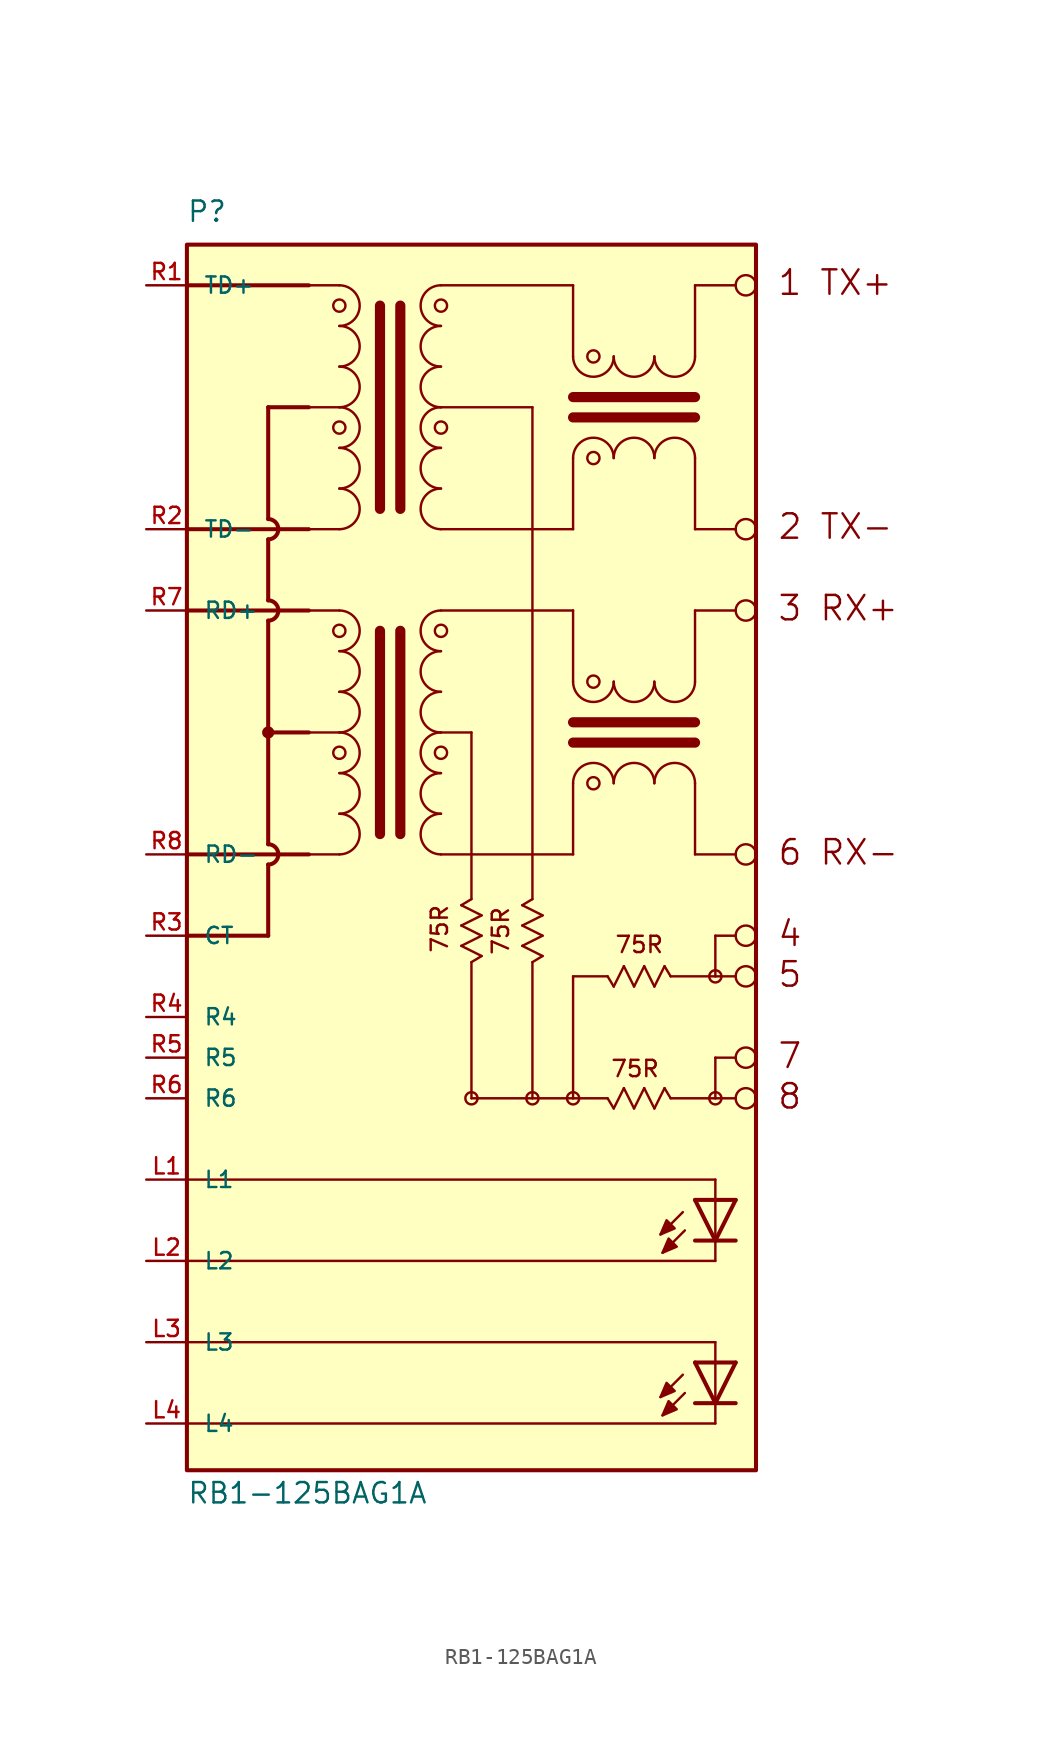
<source format=kicad_sym>
(kicad_symbol_lib
  (version 20231120)
  (generator "kicad_symbol_editor")
  (generator_version "8.0")
  (symbol "RB1-125BAG1A"
    (pin_names
      (offset 1.016))
    (property "Reference" "P"
      (at -17.805 39.426 0)
      (effects (font (size 1.27 1.27)) (justify left bottom)))
    (property "Value" "RB1-125BAG1A"
      (at -17.785 -40.652 0)
      (effects (font (size 1.27 1.27)) (justify left bottom)))
    (symbol "RB1-125BAG1A_0_0"
      (rectangle (start -17.78 38.1) (end 17.78 -38.481) (stroke (width 0.254) (type default)) (fill (type background)))
      (arc (start -12.7 -0.635) (mid -12.251 -0.449) (end -12.065 0) (stroke (width 0.254) (type default)) (fill (type none)))
      (circle (center -12.7 7.62) (radius 0.254) (stroke (width 0.254) (type default)) (fill (type none)))
      (arc (start -12.7 14.605) (mid -12.251 14.791) (end -12.065 15.24) (stroke (width 0.254) (type default)) (fill (type none)))
      (arc (start -12.7 19.685) (mid -12.251 19.871) (end -12.065 20.32) (stroke (width 0.254) (type default)) (fill (type none)))
      (arc (start -12.065 0) (mid -12.251 0.449) (end -12.7 0.635) (stroke (width 0.254) (type default)) (fill (type none)))
      (arc (start -12.065 15.24) (mid -12.251 15.689) (end -12.7 15.875) (stroke (width 0.254) (type default)) (fill (type none)))
      (arc (start -12.065 20.32) (mid -12.251 20.769) (end -12.7 20.955) (stroke (width 0.254) (type default)) (fill (type none)))
      (arc (start -8.255 0) (mid -6.9905 1.27) (end -8.255 2.54) (stroke (width 0.1524) (type default)) (fill (type none)))
      (arc (start -8.255 2.54) (mid -6.9905 3.81) (end -8.255 5.08) (stroke (width 0.1524) (type default)) (fill (type none)))
      (arc (start -8.255 5.08) (mid -6.9905 6.35) (end -8.255 7.62) (stroke (width 0.1524) (type default)) (fill (type none)))
      (circle (center -8.255 6.35) (radius 0.381) (stroke (width 0) (type default)) (fill (type none)))
      (arc (start -8.255 7.62) (mid -6.9905 8.89) (end -8.255 10.16) (stroke (width 0.1524) (type default)) (fill (type none)))
      (arc (start -8.255 10.16) (mid -6.9905 11.43) (end -8.255 12.7) (stroke (width 0.1524) (type default)) (fill (type none)))
      (arc (start -8.255 12.7) (mid -6.9905 13.97) (end -8.255 15.24) (stroke (width 0.1524) (type default)) (fill (type none)))
      (circle (center -8.255 13.97) (radius 0.381) (stroke (width 0) (type default)) (fill (type none)))
      (arc (start -8.255 20.32) (mid -6.9905 21.59) (end -8.255 22.86) (stroke (width 0.1524) (type default)) (fill (type none)))
      (arc (start -8.255 22.86) (mid -6.9905 24.13) (end -8.255 25.4) (stroke (width 0.1524) (type default)) (fill (type none)))
      (arc (start -8.255 25.4) (mid -6.9905 26.67) (end -8.255 27.94) (stroke (width 0.1524) (type default)) (fill (type none)))
      (circle (center -8.255 26.67) (radius 0.381) (stroke (width 0) (type default)) (fill (type none)))
      (arc (start -8.255 27.94) (mid -6.9905 29.21) (end -8.255 30.48) (stroke (width 0.1524) (type default)) (fill (type none)))
      (arc (start -8.255 30.48) (mid -6.9905 31.75) (end -8.255 33.02) (stroke (width 0.1524) (type default)) (fill (type none)))
      (arc (start -8.255 33.02) (mid -6.9905 34.29) (end -8.255 35.56) (stroke (width 0.1524) (type default)) (fill (type none)))
      (circle (center -8.255 34.29) (radius 0.381) (stroke (width 0) (type default)) (fill (type none)))
      (arc (start -1.905 2.54) (mid -3.1694 1.27) (end -1.905 0) (stroke (width 0.1524) (type default)) (fill (type none)))
      (arc (start -1.905 5.08) (mid -3.1694 3.81) (end -1.905 2.54) (stroke (width 0.1524) (type default)) (fill (type none)))
      (circle (center -1.905 6.35) (radius 0.381) (stroke (width 0) (type default)) (fill (type none)))
      (arc (start -1.905 7.62) (mid -3.1694 6.35) (end -1.905 5.08) (stroke (width 0.1524) (type default)) (fill (type none)))
      (arc (start -1.905 10.16) (mid -3.1694 8.89) (end -1.905 7.62) (stroke (width 0.1524) (type default)) (fill (type none)))
      (arc (start -1.905 12.7) (mid -3.1694 11.43) (end -1.905 10.16) (stroke (width 0.1524) (type default)) (fill (type none)))
      (circle (center -1.905 13.97) (radius 0.381) (stroke (width 0) (type default)) (fill (type none)))
      (arc (start -1.905 15.24) (mid -3.1694 13.97) (end -1.905 12.7) (stroke (width 0.1524) (type default)) (fill (type none)))
      (arc (start -1.905 22.86) (mid -3.1694 21.59) (end -1.905 20.32) (stroke (width 0.1524) (type default)) (fill (type none)))
      (arc (start -1.905 25.4) (mid -3.1694 24.13) (end -1.905 22.86) (stroke (width 0.1524) (type default)) (fill (type none)))
      (circle (center -1.905 26.67) (radius 0.381) (stroke (width 0) (type default)) (fill (type none)))
      (arc (start -1.905 27.94) (mid -3.1694 26.67) (end -1.905 25.4) (stroke (width 0.1524) (type default)) (fill (type none)))
      (arc (start -1.905 30.48) (mid -3.1694 29.21) (end -1.905 27.94) (stroke (width 0.1524) (type default)) (fill (type none)))
      (arc (start -1.905 33.02) (mid -3.1694 31.75) (end -1.905 30.48) (stroke (width 0.1524) (type default)) (fill (type none)))
      (circle (center -1.905 34.29) (radius 0.381) (stroke (width 0) (type default)) (fill (type none)))
      (arc (start -1.905 35.56) (mid -3.1694 34.29) (end -1.905 33.02) (stroke (width 0.1524) (type default)) (fill (type none)))
      (circle (center 0 -15.24) (radius 0.381) (stroke (width 0) (type default)) (fill (type none)))
      (polyline (pts (xy -17.78 -35.56) (xy 15.24 -35.56)) (stroke (width 0.152) (type default)) (fill (type none)))
      (polyline (pts (xy -17.78 -30.48) (xy 15.24 -30.48)) (stroke (width 0.152) (type default)) (fill (type none)))
      (polyline (pts (xy -17.78 -25.4) (xy 15.24 -25.4)) (stroke (width 0.152) (type default)) (fill (type none)))
      (polyline (pts (xy -17.78 -20.32) (xy 15.24 -20.32)) (stroke (width 0.152) (type default)) (fill (type none)))
      (polyline (pts (xy -17.78 0) (xy -12.065 0)) (stroke (width 0.254) (type default)) (fill (type none)))
      (polyline (pts (xy -17.78 15.24) (xy -12.065 15.24)) (stroke (width 0.254) (type default)) (fill (type none)))
      (polyline (pts (xy -17.78 20.32) (xy -12.065 20.32)) (stroke (width 0.254) (type default)) (fill (type none)))
      (polyline (pts (xy -17.78 35.56) (xy -10.16 35.56)) (stroke (width 0.254) (type default)) (fill (type none)))
      (polyline (pts (xy -12.7 -5.08) (xy -17.78 -5.08)) (stroke (width 0.254) (type default)) (fill (type none)))
      (polyline (pts (xy -12.7 -0.635) (xy -12.7 -5.08)) (stroke (width 0.254) (type default)) (fill (type none)))
      (polyline (pts (xy -12.7 14.605) (xy -12.7 0.635)) (stroke (width 0.254) (type default)) (fill (type none)))
      (polyline (pts (xy -12.7 19.685) (xy -12.7 15.875)) (stroke (width 0.254) (type default)) (fill (type none)))
      (polyline (pts (xy -12.7 27.94) (xy -12.7 20.955)) (stroke (width 0.254) (type default)) (fill (type none)))
      (polyline (pts (xy -12.065 0) (xy -10.16 0)) (stroke (width 0.254) (type default)) (fill (type none)))
      (polyline (pts (xy -12.065 15.24) (xy -10.16 15.24)) (stroke (width 0.254) (type default)) (fill (type none)))
      (polyline (pts (xy -12.065 20.32) (xy -10.16 20.32)) (stroke (width 0.254) (type default)) (fill (type none)))
      (polyline (pts (xy -10.16 0) (xy -8.255 0)) (stroke (width 0.152) (type default)) (fill (type none)))
      (polyline (pts (xy -10.16 7.62) (xy -12.7 7.62)) (stroke (width 0.254) (type default)) (fill (type none)))
      (polyline (pts (xy -10.16 7.62) (xy -8.255 7.62)) (stroke (width 0.152) (type default)) (fill (type none)))
      (polyline (pts (xy -10.16 15.24) (xy -8.255 15.24)) (stroke (width 0.152) (type default)) (fill (type none)))
      (polyline (pts (xy -10.16 20.32) (xy -8.255 20.32)) (stroke (width 0.152) (type default)) (fill (type none)))
      (polyline (pts (xy -10.16 27.94) (xy -12.7 27.94)) (stroke (width 0.254) (type default)) (fill (type none)))
      (polyline (pts (xy -10.16 27.94) (xy -8.255 27.94)) (stroke (width 0.152) (type default)) (fill (type none)))
      (polyline (pts (xy -10.16 35.56) (xy -8.255 35.56)) (stroke (width 0.152) (type default)) (fill (type none)))
      (polyline (pts (xy -5.715 13.97) (xy -5.715 1.27)) (stroke (width 0.635) (type default)) (fill (type none)))
      (polyline (pts (xy -5.715 34.29) (xy -5.715 21.59)) (stroke (width 0.635) (type default)) (fill (type none)))
      (polyline (pts (xy -4.445 13.97) (xy -4.445 1.27)) (stroke (width 0.635) (type default)) (fill (type none)))
      (polyline (pts (xy -4.445 34.29) (xy -4.445 21.59)) (stroke (width 0.635) (type default)) (fill (type none)))
      (polyline (pts (xy -1.905 7.62) (xy 0 7.62)) (stroke (width 0.152) (type default)) (fill (type none)))
      (polyline (pts (xy -1.905 15.24) (xy 6.35 15.24)) (stroke (width 0.152) (type default)) (fill (type none)))
      (polyline (pts (xy -1.905 27.94) (xy 3.81 27.94)) (stroke (width 0.152) (type default)) (fill (type none)))
      (polyline (pts (xy -1.905 35.56) (xy 6.35 35.56)) (stroke (width 0.152) (type default)) (fill (type none)))
      (polyline (pts (xy -0.635 -5.715) (xy 0.635 -6.35)) (stroke (width 0.152) (type default)) (fill (type none)))
      (polyline (pts (xy -0.635 -4.445) (xy 0.635 -5.08)) (stroke (width 0.152) (type default)) (fill (type none)))
      (polyline (pts (xy -0.635 -3.175) (xy 0.635 -3.81)) (stroke (width 0.152) (type default)) (fill (type none)))
      (polyline (pts (xy 0 -15.24) (xy 3.81 -15.24)) (stroke (width 0.152) (type default)) (fill (type none)))
      (polyline (pts (xy 0 -6.731) (xy 0 -15.24)) (stroke (width 0.152) (type default)) (fill (type none)))
      (polyline (pts (xy 0 -2.794) (xy -0.635 -3.175)) (stroke (width 0.152) (type default)) (fill (type none)))
      (polyline (pts (xy 0 7.62) (xy 0 -2.794)) (stroke (width 0.152) (type default)) (fill (type none)))
      (polyline (pts (xy 0.635 -6.35) (xy 0 -6.731)) (stroke (width 0.152) (type default)) (fill (type none)))
      (polyline (pts (xy 0.635 -5.08) (xy -0.635 -5.715)) (stroke (width 0.152) (type default)) (fill (type none)))
      (polyline (pts (xy 0.635 -3.81) (xy -0.635 -4.445)) (stroke (width 0.152) (type default)) (fill (type none)))
      (polyline (pts (xy 3.175 -5.715) (xy 4.445 -6.35)) (stroke (width 0.152) (type default)) (fill (type none)))
      (polyline (pts (xy 3.175 -4.445) (xy 4.445 -5.08)) (stroke (width 0.152) (type default)) (fill (type none)))
      (polyline (pts (xy 3.175 -3.175) (xy 4.445 -3.81)) (stroke (width 0.152) (type default)) (fill (type none)))
      (polyline (pts (xy 3.81 -15.24) (xy 6.35 -15.24)) (stroke (width 0.152) (type default)) (fill (type none)))
      (polyline (pts (xy 3.81 -6.731) (xy 3.81 -15.24)) (stroke (width 0.152) (type default)) (fill (type none)))
      (polyline (pts (xy 3.81 -2.794) (xy 3.175 -3.175)) (stroke (width 0.152) (type default)) (fill (type none)))
      (polyline (pts (xy 3.81 27.94) (xy 3.81 -2.794)) (stroke (width 0.152) (type default)) (fill (type none)))
      (polyline (pts (xy 4.445 -6.35) (xy 3.81 -6.731)) (stroke (width 0.152) (type default)) (fill (type none)))
      (polyline (pts (xy 4.445 -5.08) (xy 3.175 -5.715)) (stroke (width 0.152) (type default)) (fill (type none)))
      (polyline (pts (xy 4.445 -3.81) (xy 3.175 -4.445)) (stroke (width 0.152) (type default)) (fill (type none)))
      (polyline (pts (xy 6.35 -15.24) (xy 8.509 -15.24)) (stroke (width 0.152) (type default)) (fill (type none)))
      (polyline (pts (xy 6.35 -7.62) (xy 6.35 -15.24)) (stroke (width 0.152) (type default)) (fill (type none)))
      (polyline (pts (xy 6.35 0) (xy -1.905 0)) (stroke (width 0.152) (type default)) (fill (type none)))
      (polyline (pts (xy 6.35 0) (xy 6.35 4.445)) (stroke (width 0.152) (type default)) (fill (type none)))
      (polyline (pts (xy 6.35 6.985) (xy 13.97 6.985)) (stroke (width 0.635) (type default)) (fill (type none)))
      (polyline (pts (xy 6.35 8.255) (xy 13.97 8.255)) (stroke (width 0.635) (type default)) (fill (type none)))
      (polyline (pts (xy 6.35 15.24) (xy 6.35 10.795)) (stroke (width 0.152) (type default)) (fill (type none)))
      (polyline (pts (xy 6.35 20.32) (xy -1.905 20.32)) (stroke (width 0.152) (type default)) (fill (type none)))
      (polyline (pts (xy 6.35 20.32) (xy 6.35 24.765)) (stroke (width 0.152) (type default)) (fill (type none)))
      (polyline (pts (xy 6.35 27.305) (xy 13.97 27.305)) (stroke (width 0.635) (type default)) (fill (type none)))
      (polyline (pts (xy 6.35 28.575) (xy 13.97 28.575)) (stroke (width 0.635) (type default)) (fill (type none)))
      (polyline (pts (xy 6.35 35.56) (xy 6.35 31.115)) (stroke (width 0.152) (type default)) (fill (type none)))
      (polyline (pts (xy 8.509 -15.24) (xy 8.89 -15.875)) (stroke (width 0.152) (type default)) (fill (type none)))
      (polyline (pts (xy 8.509 -7.62) (xy 6.35 -7.62)) (stroke (width 0.152) (type default)) (fill (type none)))
      (polyline (pts (xy 8.509 -7.62) (xy 8.89 -8.255)) (stroke (width 0.152) (type default)) (fill (type none)))
      (polyline (pts (xy 8.89 -15.875) (xy 9.525 -14.605)) (stroke (width 0.152) (type default)) (fill (type none)))
      (polyline (pts (xy 8.89 -8.255) (xy 9.525 -6.985)) (stroke (width 0.152) (type default)) (fill (type none)))
      (polyline (pts (xy 9.525 -14.605) (xy 10.16 -15.875)) (stroke (width 0.152) (type default)) (fill (type none)))
      (polyline (pts (xy 9.525 -6.985) (xy 10.16 -8.255)) (stroke (width 0.152) (type default)) (fill (type none)))
      (polyline (pts (xy 10.16 -15.875) (xy 10.795 -14.605)) (stroke (width 0.152) (type default)) (fill (type none)))
      (polyline (pts (xy 10.16 -8.255) (xy 10.795 -6.985)) (stroke (width 0.152) (type default)) (fill (type none)))
      (polyline (pts (xy 10.795 -14.605) (xy 11.43 -15.875)) (stroke (width 0.152) (type default)) (fill (type none)))
      (polyline (pts (xy 10.795 -6.985) (xy 11.43 -8.255)) (stroke (width 0.152) (type default)) (fill (type none)))
      (polyline (pts (xy 11.43 -15.875) (xy 12.065 -14.605)) (stroke (width 0.152) (type default)) (fill (type none)))
      (polyline (pts (xy 11.43 -8.255) (xy 12.065 -6.985)) (stroke (width 0.152) (type default)) (fill (type none)))
      (polyline (pts (xy 12.065 -14.605) (xy 12.446 -15.24)) (stroke (width 0.152) (type default)) (fill (type none)))
      (polyline (pts (xy 12.065 -6.985) (xy 12.446 -7.62)) (stroke (width 0.152) (type default)) (fill (type none)))
      (polyline (pts (xy 12.446 -15.24) (xy 15.24 -15.24)) (stroke (width 0.152) (type default)) (fill (type none)))
      (polyline (pts (xy 13.208 -32.512) (xy 11.811 -33.909)) (stroke (width 0.152) (type default)) (fill (type none)))
      (polyline (pts (xy 13.208 -22.352) (xy 11.811 -23.749)) (stroke (width 0.152) (type default)) (fill (type none)))
      (polyline (pts (xy 13.335 -33.655) (xy 11.938 -35.052)) (stroke (width 0.152) (type default)) (fill (type none)))
      (polyline (pts (xy 13.335 -23.495) (xy 11.938 -24.892)) (stroke (width 0.152) (type default)) (fill (type none)))
      (polyline (pts (xy 13.97 0) (xy 16.51 0)) (stroke (width 0.152) (type default)) (fill (type none)))
      (polyline (pts (xy 13.97 4.445) (xy 13.97 0)) (stroke (width 0.152) (type default)) (fill (type none)))
      (polyline (pts (xy 13.97 10.795) (xy 13.97 15.24)) (stroke (width 0.152) (type default)) (fill (type none)))
      (polyline (pts (xy 13.97 15.24) (xy 16.51 15.24)) (stroke (width 0.152) (type default)) (fill (type none)))
      (polyline (pts (xy 13.97 20.32) (xy 16.51 20.32)) (stroke (width 0.152) (type default)) (fill (type none)))
      (polyline (pts (xy 13.97 24.765) (xy 13.97 20.32)) (stroke (width 0.152) (type default)) (fill (type none)))
      (polyline (pts (xy 13.97 31.115) (xy 13.97 35.56)) (stroke (width 0.152) (type default)) (fill (type none)))
      (polyline (pts (xy 13.97 35.56) (xy 16.51 35.56)) (stroke (width 0.152) (type default)) (fill (type none)))
      (polyline (pts (xy 15.24 -35.56) (xy 15.24 -34.29)) (stroke (width 0.152) (type default)) (fill (type none)))
      (polyline (pts (xy 15.24 -34.29) (xy 13.97 -34.29)) (stroke (width 0.254) (type default)) (fill (type none)))
      (polyline (pts (xy 15.24 -34.29) (xy 13.97 -31.75)) (stroke (width 0.254) (type default)) (fill (type none)))
      (polyline (pts (xy 15.24 -31.75) (xy 13.97 -31.75)) (stroke (width 0.254) (type default)) (fill (type none)))
      (polyline (pts (xy 15.24 -31.75) (xy 15.24 -34.29)) (stroke (width 0.152) (type default)) (fill (type none)))
      (polyline (pts (xy 15.24 -30.48) (xy 15.24 -31.75)) (stroke (width 0.152) (type default)) (fill (type none)))
      (polyline (pts (xy 15.24 -25.4) (xy 15.24 -24.13)) (stroke (width 0.152) (type default)) (fill (type none)))
      (polyline (pts (xy 15.24 -24.13) (xy 13.97 -24.13)) (stroke (width 0.254) (type default)) (fill (type none)))
      (polyline (pts (xy 15.24 -24.13) (xy 13.97 -21.59)) (stroke (width 0.254) (type default)) (fill (type none)))
      (polyline (pts (xy 15.24 -21.59) (xy 13.97 -21.59)) (stroke (width 0.254) (type default)) (fill (type none)))
      (polyline (pts (xy 15.24 -21.59) (xy 15.24 -24.13)) (stroke (width 0.152) (type default)) (fill (type none)))
      (polyline (pts (xy 15.24 -20.32) (xy 15.24 -21.59)) (stroke (width 0.152) (type default)) (fill (type none)))
      (polyline (pts (xy 15.24 -15.24) (xy 16.51 -15.24)) (stroke (width 0.152) (type default)) (fill (type none)))
      (polyline (pts (xy 15.24 -12.7) (xy 15.24 -15.24)) (stroke (width 0.152) (type default)) (fill (type none)))
      (polyline (pts (xy 15.24 -7.62) (xy 12.446 -7.62)) (stroke (width 0.152) (type default)) (fill (type none)))
      (polyline (pts (xy 15.24 -7.62) (xy 16.51 -7.62)) (stroke (width 0.152) (type default)) (fill (type none)))
      (polyline (pts (xy 15.24 -5.08) (xy 15.24 -7.62)) (stroke (width 0.152) (type default)) (fill (type none)))
      (polyline (pts (xy 16.51 -34.29) (xy 15.24 -34.29)) (stroke (width 0.254) (type default)) (fill (type none)))
      (polyline (pts (xy 16.51 -31.75) (xy 15.24 -34.29)) (stroke (width 0.254) (type default)) (fill (type none)))
      (polyline (pts (xy 16.51 -31.75) (xy 15.24 -31.75)) (stroke (width 0.254) (type default)) (fill (type none)))
      (polyline (pts (xy 16.51 -24.13) (xy 15.24 -24.13)) (stroke (width 0.254) (type default)) (fill (type none)))
      (polyline (pts (xy 16.51 -21.59) (xy 15.24 -24.13)) (stroke (width 0.254) (type default)) (fill (type none)))
      (polyline (pts (xy 16.51 -21.59) (xy 15.24 -21.59)) (stroke (width 0.254) (type default)) (fill (type none)))
      (polyline (pts (xy 16.51 -12.7) (xy 15.24 -12.7)) (stroke (width 0.152) (type default)) (fill (type none)))
      (polyline (pts (xy 16.51 -5.08) (xy 15.24 -5.08)) (stroke (width 0.152) (type default)) (fill (type none)))
      (polyline (pts (xy 11.811 -33.909) (xy 12.192 -33.02) (xy 12.7 -33.528) (xy 11.811 -33.909)) (stroke (width 0.152) (type default)) (fill (type outline)))
      (polyline (pts (xy 11.811 -23.749) (xy 12.192 -22.86) (xy 12.7 -23.368) (xy 11.811 -23.749)) (stroke (width 0.152) (type default)) (fill (type outline)))
      (polyline (pts (xy 11.938 -35.052) (xy 12.319 -34.163) (xy 12.827 -34.671) (xy 11.938 -35.052)) (stroke (width 0.152) (type default)) (fill (type outline)))
      (polyline (pts (xy 11.938 -24.892) (xy 12.319 -24.003) (xy 12.827 -24.511) (xy 11.938 -24.892)) (stroke (width 0.152) (type default)) (fill (type outline)))
      (circle (center 3.81 -15.24) (radius 0.381) (stroke (width 0) (type default)) (fill (type none)))
      (circle (center 6.35 -15.24) (radius 0.381) (stroke (width 0) (type default)) (fill (type none)))
      (arc (start 6.35 10.795) (mid 7.62 9.5305) (end 8.89 10.795) (stroke (width 0.1524) (type default)) (fill (type none)))
      (arc (start 6.35 31.115) (mid 7.62 29.8505) (end 8.89 31.115) (stroke (width 0.1524) (type default)) (fill (type none)))
      (circle (center 7.62 4.445) (radius 0.381) (stroke (width 0) (type default)) (fill (type none)))
      (circle (center 7.62 10.795) (radius 0.381) (stroke (width 0) (type default)) (fill (type none)))
      (circle (center 7.62 24.765) (radius 0.381) (stroke (width 0) (type default)) (fill (type none)))
      (circle (center 7.62 31.115) (radius 0.381) (stroke (width 0) (type default)) (fill (type none)))
      (arc (start 8.89 4.445) (mid 7.62 5.7094) (end 6.35 4.445) (stroke (width 0.1524) (type default)) (fill (type none)))
      (arc (start 8.89 10.795) (mid 10.16 9.5305) (end 11.43 10.795) (stroke (width 0.1524) (type default)) (fill (type none)))
      (arc (start 8.89 24.765) (mid 7.62 26.0294) (end 6.35 24.765) (stroke (width 0.1524) (type default)) (fill (type none)))
      (arc (start 8.89 31.115) (mid 10.16 29.8505) (end 11.43 31.115) (stroke (width 0.1524) (type default)) (fill (type none)))
      (arc (start 11.43 4.445) (mid 10.16 5.7094) (end 8.89 4.445) (stroke (width 0.1524) (type default)) (fill (type none)))
      (arc (start 11.43 10.795) (mid 12.7 9.5305) (end 13.97 10.795) (stroke (width 0.1524) (type default)) (fill (type none)))
      (arc (start 11.43 24.765) (mid 10.16 26.0294) (end 8.89 24.765) (stroke (width 0.1524) (type default)) (fill (type none)))
      (arc (start 11.43 31.115) (mid 12.7 29.8505) (end 13.97 31.115) (stroke (width 0.1524) (type default)) (fill (type none)))
      (arc (start 13.97 4.445) (mid 12.7 5.7094) (end 11.43 4.445) (stroke (width 0.1524) (type default)) (fill (type none)))
      (arc (start 13.97 24.765) (mid 12.7 26.0294) (end 11.43 24.765) (stroke (width 0.1524) (type default)) (fill (type none)))
      (circle (center 15.24 -15.24) (radius 0.381) (stroke (width 0) (type default)) (fill (type none)))
      (circle (center 15.24 -7.62) (radius 0.381) (stroke (width 0) (type default)) (fill (type none)))
      (circle (center 17.145 -15.24) (radius 0.635) (stroke (width 0.152) (type default)) (fill (type none)))
      (circle (center 17.145 -12.7) (radius 0.635) (stroke (width 0.152) (type default)) (fill (type none)))
      (circle (center 17.145 -7.62) (radius 0.635) (stroke (width 0.152) (type default)) (fill (type none)))
      (circle (center 17.145 -5.08) (radius 0.635) (stroke (width 0.152) (type default)) (fill (type none)))
      (circle (center 17.145 0) (radius 0.635) (stroke (width 0.152) (type default)) (fill (type none)))
      (circle (center 17.145 15.24) (radius 0.635) (stroke (width 0.152) (type default)) (fill (type none)))
      (circle (center 17.145 20.32) (radius 0.635) (stroke (width 0.152) (type default)) (fill (type none)))
      (circle (center 17.145 35.56) (radius 0.635) (stroke (width 0.152) (type default)) (fill (type none)))
      (text "1 TX+" (at 19.071 34.837 0) (effects (font (size 1.526 1.526)) (justify left bottom)))
      (text "2 TX-" (at 19.085 19.594 0) (effects (font (size 1.527 1.527)) (justify left bottom)))
      (text "3 RX+" (at 19.072 14.495 0) (effects (font (size 1.526 1.526)) (justify left bottom)))
      (text "4" (at 19.071 -5.848 0) (effects (font (size 1.526 1.526)) (justify left bottom)))
      (text "5" (at 19.072 -8.392 0) (effects (font (size 1.526 1.526)) (justify left bottom)))
      (text "6 RX-" (at 19.079 -0.763 0) (effects (font (size 1.526 1.526)) (justify left bottom)))
      (text "7" (at 19.069 -13.475 0) (effects (font (size 1.526 1.526)) (justify left bottom)))
      (text "75R" (at -1.398 -6.227 900) (effects (font (size 1.017 1.017)) (justify left bottom)))
      (text "75R" (at 2.418 -6.362 900) (effects (font (size 1.018 1.018)) (justify left bottom)))
      (text "75R" (at 8.646 -13.987 0) (effects (font (size 1.017 1.017)) (justify left bottom)))
      (text "75R" (at 8.906 -6.234 0) (effects (font (size 1.018 1.018)) (justify left bottom)))
      (text "8" (at 19.056 -16.007 0) (effects (font (size 1.524 1.524)) (justify left bottom)))
      (pin passive line (at -20.32 -20.32 0) (length 2.54) (name "L1" (effects (font (size 1.016 1.016)))) (number "L1" (effects (font (size 1.016 1.016)))))
      (pin passive line (at -20.32 -25.4 0) (length 2.54) (name "L2" (effects (font (size 1.016 1.016)))) (number "L2" (effects (font (size 1.016 1.016)))))
      (pin passive line (at -20.32 -30.48 0) (length 2.54) (name "L3" (effects (font (size 1.016 1.016)))) (number "L3" (effects (font (size 1.016 1.016)))))
      (pin passive line (at -20.32 -35.56 0) (length 2.54) (name "L4" (effects (font (size 1.016 1.016)))) (number "L4" (effects (font (size 1.016 1.016)))))
      (pin input line (at -20.32 35.56 0) (length 2.54) (name "TD+" (effects (font (size 1.016 1.016)))) (number "R1" (effects (font (size 1.016 1.016)))))
      (pin input line (at -20.32 20.32 0) (length 2.54) (name "TD-" (effects (font (size 1.016 1.016)))) (number "R2" (effects (font (size 1.016 1.016)))))
      (pin input line (at -20.32 -5.08 0) (length 2.54) (name "CT" (effects (font (size 1.016 1.016)))) (number "R3" (effects (font (size 1.016 1.016)))))
      (pin input line (at -20.32 -10.16 0) (length 2.54) (name "R4" (effects (font (size 1.016 1.016)))) (number "R4" (effects (font (size 1.016 1.016)))))
      (pin input line (at -20.32 -12.7 0) (length 2.54) (name "R5" (effects (font (size 1.016 1.016)))) (number "R5" (effects (font (size 1.016 1.016)))))
      (pin input line (at -20.32 -15.24 0) (length 2.54) (name "R6" (effects (font (size 1.016 1.016)))) (number "R6" (effects (font (size 1.016 1.016)))))
      (pin input line (at -20.32 15.24 0) (length 2.54) (name "RD+" (effects (font (size 1.016 1.016)))) (number "R7" (effects (font (size 1.016 1.016)))))
      (pin input line (at -20.32 0 0) (length 2.54) (name "RD-" (effects (font (size 1.016 1.016)))) (number "R8" (effects (font (size 1.016 1.016))))))))
</source>
